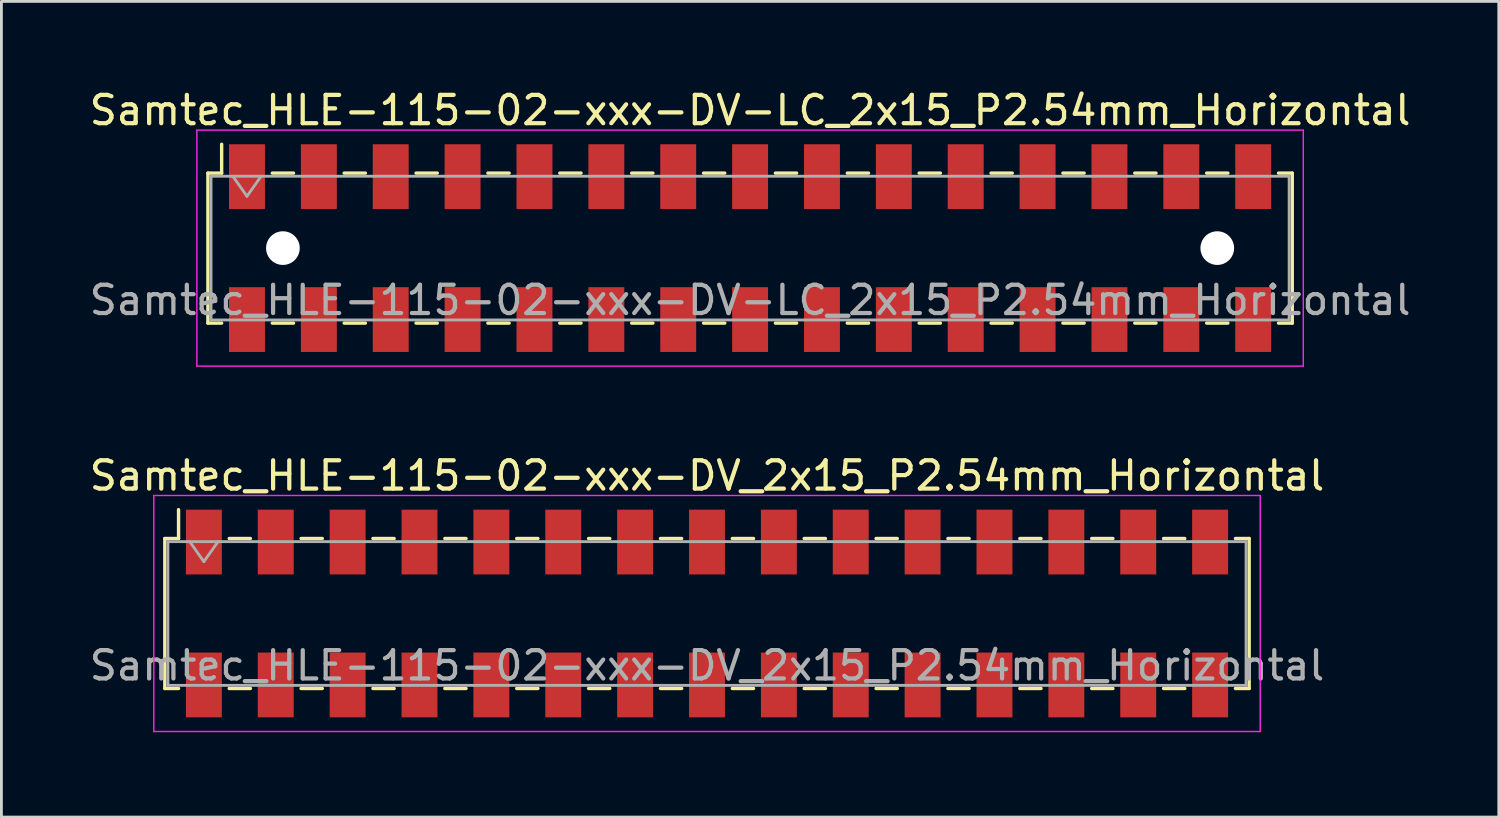
<source format=kicad_pcb>
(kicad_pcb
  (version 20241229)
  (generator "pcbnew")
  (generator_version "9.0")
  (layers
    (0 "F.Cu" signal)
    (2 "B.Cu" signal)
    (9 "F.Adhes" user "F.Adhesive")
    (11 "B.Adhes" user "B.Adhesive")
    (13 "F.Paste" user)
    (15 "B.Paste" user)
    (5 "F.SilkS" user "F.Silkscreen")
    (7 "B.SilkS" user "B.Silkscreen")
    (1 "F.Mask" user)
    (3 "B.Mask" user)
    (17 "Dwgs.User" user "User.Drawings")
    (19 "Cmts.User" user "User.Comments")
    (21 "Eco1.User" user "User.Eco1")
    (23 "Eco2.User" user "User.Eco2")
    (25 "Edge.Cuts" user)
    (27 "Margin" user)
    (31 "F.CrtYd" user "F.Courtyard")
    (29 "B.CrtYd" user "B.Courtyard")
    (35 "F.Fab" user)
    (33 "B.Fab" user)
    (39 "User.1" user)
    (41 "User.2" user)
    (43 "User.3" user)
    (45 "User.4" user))
  (footprint "Samtec_HLE-115-02-xxx-DV_2x15_P2.54mm_Horizontal"
    (layer "F.Cu")
    (at 21.935 18.631)
    (property "Reference" "Samtec_HLE-115-02-xxx-DV_2x15_P2.54mm_Horizontal" (at 0 -4.87 0) (layer "F.SilkS") (effects (font (size 1 1) (thickness 0.15))))
    (attr smd)
    (fp_line (start -19.16 -2.65) (end -19.16 2.65) (stroke (width 0.12) (type solid)) (layer "F.SilkS"))
    (fp_line (start -19.16 2.65) (end -18.675 2.65) (stroke (width 0.12) (type solid)) (layer "F.SilkS"))
    (fp_line (start -18.675 -3.67) (end -18.675 -2.65) (stroke (width 0.12) (type solid)) (layer "F.SilkS"))
    (fp_line (start -18.675 -2.65) (end -19.16 -2.65) (stroke (width 0.12) (type solid)) (layer "F.SilkS"))
    (fp_line (start -16.885 -2.65) (end -16.135 -2.65) (stroke (width 0.12) (type solid)) (layer "F.SilkS"))
    (fp_line (start -16.885 2.65) (end -16.135 2.65) (stroke (width 0.12) (type solid)) (layer "F.SilkS"))
    (fp_line (start -14.345 -2.65) (end -13.595 -2.65) (stroke (width 0.12) (type solid)) (layer "F.SilkS"))
    (fp_line (start -14.345 2.65) (end -13.595 2.65) (stroke (width 0.12) (type solid)) (layer "F.SilkS"))
    (fp_line (start -11.805 -2.65) (end -11.055 -2.65) (stroke (width 0.12) (type solid)) (layer "F.SilkS"))
    (fp_line (start -11.805 2.65) (end -11.055 2.65) (stroke (width 0.12) (type solid)) (layer "F.SilkS"))
    (fp_line (start -9.265 -2.65) (end -8.515 -2.65) (stroke (width 0.12) (type solid)) (layer "F.SilkS"))
    (fp_line (start -9.265 2.65) (end -8.515 2.65) (stroke (width 0.12) (type solid)) (layer "F.SilkS"))
    (fp_line (start -6.725 -2.65) (end -5.975 -2.65) (stroke (width 0.12) (type solid)) (layer "F.SilkS"))
    (fp_line (start -6.725 2.65) (end -5.975 2.65) (stroke (width 0.12) (type solid)) (layer "F.SilkS"))
    (fp_line (start -4.185 -2.65) (end -3.435 -2.65) (stroke (width 0.12) (type solid)) (layer "F.SilkS"))
    (fp_line (start -4.185 2.65) (end -3.435 2.65) (stroke (width 0.12) (type solid)) (layer "F.SilkS"))
    (fp_line (start -1.645 -2.65) (end -0.895 -2.65) (stroke (width 0.12) (type solid)) (layer "F.SilkS"))
    (fp_line (start -1.645 2.65) (end -0.895 2.65) (stroke (width 0.12) (type solid)) (layer "F.SilkS"))
    (fp_line (start 0.895 -2.65) (end 1.645 -2.65) (stroke (width 0.12) (type solid)) (layer "F.SilkS"))
    (fp_line (start 0.895 2.65) (end 1.645 2.65) (stroke (width 0.12) (type solid)) (layer "F.SilkS"))
    (fp_line (start 3.435 -2.65) (end 4.185 -2.65) (stroke (width 0.12) (type solid)) (layer "F.SilkS"))
    (fp_line (start 3.435 2.65) (end 4.185 2.65) (stroke (width 0.12) (type solid)) (layer "F.SilkS"))
    (fp_line (start 5.975 -2.65) (end 6.725 -2.65) (stroke (width 0.12) (type solid)) (layer "F.SilkS"))
    (fp_line (start 5.975 2.65) (end 6.725 2.65) (stroke (width 0.12) (type solid)) (layer "F.SilkS"))
    (fp_line (start 8.515 -2.65) (end 9.265 -2.65) (stroke (width 0.12) (type solid)) (layer "F.SilkS"))
    (fp_line (start 8.515 2.65) (end 9.265 2.65) (stroke (width 0.12) (type solid)) (layer "F.SilkS"))
    (fp_line (start 11.055 -2.65) (end 11.805 -2.65) (stroke (width 0.12) (type solid)) (layer "F.SilkS"))
    (fp_line (start 11.055 2.65) (end 11.805 2.65) (stroke (width 0.12) (type solid)) (layer "F.SilkS"))
    (fp_line (start 13.595 -2.65) (end 14.345 -2.65) (stroke (width 0.12) (type solid)) (layer "F.SilkS"))
    (fp_line (start 13.595 2.65) (end 14.345 2.65) (stroke (width 0.12) (type solid)) (layer "F.SilkS"))
    (fp_line (start 16.135 -2.65) (end 16.885 -2.65) (stroke (width 0.12) (type solid)) (layer "F.SilkS"))
    (fp_line (start 16.135 2.65) (end 16.885 2.65) (stroke (width 0.12) (type solid)) (layer "F.SilkS"))
    (fp_line (start 18.675 -2.65) (end 19.16 -2.65) (stroke (width 0.12) (type solid)) (layer "F.SilkS"))
    (fp_line (start 19.16 -2.65) (end 19.16 2.65) (stroke (width 0.12) (type solid)) (layer "F.SilkS"))
    (fp_line (start 19.16 2.65) (end 18.675 2.65) (stroke (width 0.12) (type solid)) (layer "F.SilkS"))
    (fp_line (start -19.55 -4.17) (end 19.55 -4.17) (stroke (width 0.05) (type solid)) (layer "F.CrtYd"))
    (fp_line (start -19.55 4.17) (end -19.55 -4.17) (stroke (width 0.05) (type solid)) (layer "F.CrtYd"))
    (fp_line (start 19.55 -4.17) (end 19.55 4.17) (stroke (width 0.05) (type solid)) (layer "F.CrtYd"))
    (fp_line (start 19.55 4.17) (end -19.55 4.17) (stroke (width 0.05) (type solid)) (layer "F.CrtYd"))
    (fp_line (start -19.05 -2.54) (end 19.05 -2.54) (stroke (width 0.1) (type solid)) (layer "F.Fab"))
    (fp_line (start -19.05 2.54) (end -19.05 -2.54) (stroke (width 0.1) (type solid)) (layer "F.Fab"))
    (fp_line (start -18.28 -2.54) (end -17.78 -1.833) (stroke (width 0.1) (type solid)) (layer "F.Fab"))
    (fp_line (start -17.78 -1.833) (end -17.28 -2.54) (stroke (width 0.1) (type solid)) (layer "F.Fab"))
    (fp_line (start 19.05 -2.54) (end 19.05 2.54) (stroke (width 0.1) (type solid)) (layer "F.Fab"))
    (fp_line (start 19.05 2.54) (end -19.05 2.54) (stroke (width 0.1) (type solid)) (layer "F.Fab"))
    (fp_text user "${REFERENCE}" (at 0 1.84 0) (layer "F.Fab") (effects (font (size 1 1) (thickness 0.15))))
    (pad "1" smd rect (at -17.78 -2.525) (size 1.27 2.29) (layers "F.Cu" "F.Mask" "F.Paste"))
    (pad "2" smd rect (at -17.78 2.525) (size 1.27 2.29) (layers "F.Cu" "F.Mask" "F.Paste"))
    (pad "3" smd rect (at -15.24 -2.525) (size 1.27 2.29) (layers "F.Cu" "F.Mask" "F.Paste"))
    (pad "4" smd rect (at -15.24 2.525) (size 1.27 2.29) (layers "F.Cu" "F.Mask" "F.Paste"))
    (pad "5" smd rect (at -12.7 -2.525) (size 1.27 2.29) (layers "F.Cu" "F.Mask" "F.Paste"))
    (pad "6" smd rect (at -12.7 2.525) (size 1.27 2.29) (layers "F.Cu" "F.Mask" "F.Paste"))
    (pad "7" smd rect (at -10.16 -2.525) (size 1.27 2.29) (layers "F.Cu" "F.Mask" "F.Paste"))
    (pad "8" smd rect (at -10.16 2.525) (size 1.27 2.29) (layers "F.Cu" "F.Mask" "F.Paste"))
    (pad "9" smd rect (at -7.62 -2.525) (size 1.27 2.29) (layers "F.Cu" "F.Mask" "F.Paste"))
    (pad "10" smd rect (at -7.62 2.525) (size 1.27 2.29) (layers "F.Cu" "F.Mask" "F.Paste"))
    (pad "11" smd rect (at -5.08 -2.525) (size 1.27 2.29) (layers "F.Cu" "F.Mask" "F.Paste"))
    (pad "12" smd rect (at -5.08 2.525) (size 1.27 2.29) (layers "F.Cu" "F.Mask" "F.Paste"))
    (pad "13" smd rect (at -2.54 -2.525) (size 1.27 2.29) (layers "F.Cu" "F.Mask" "F.Paste"))
    (pad "14" smd rect (at -2.54 2.525) (size 1.27 2.29) (layers "F.Cu" "F.Mask" "F.Paste"))
    (pad "15" smd rect (at 0 -2.525) (size 1.27 2.29) (layers "F.Cu" "F.Mask" "F.Paste"))
    (pad "16" smd rect (at 0 2.525) (size 1.27 2.29) (layers "F.Cu" "F.Mask" "F.Paste"))
    (pad "17" smd rect (at 2.54 -2.525) (size 1.27 2.29) (layers "F.Cu" "F.Mask" "F.Paste"))
    (pad "18" smd rect (at 2.54 2.525) (size 1.27 2.29) (layers "F.Cu" "F.Mask" "F.Paste"))
    (pad "19" smd rect (at 5.08 -2.525) (size 1.27 2.29) (layers "F.Cu" "F.Mask" "F.Paste"))
    (pad "20" smd rect (at 5.08 2.525) (size 1.27 2.29) (layers "F.Cu" "F.Mask" "F.Paste"))
    (pad "21" smd rect (at 7.62 -2.525) (size 1.27 2.29) (layers "F.Cu" "F.Mask" "F.Paste"))
    (pad "22" smd rect (at 7.62 2.525) (size 1.27 2.29) (layers "F.Cu" "F.Mask" "F.Paste"))
    (pad "23" smd rect (at 10.16 -2.525) (size 1.27 2.29) (layers "F.Cu" "F.Mask" "F.Paste"))
    (pad "24" smd rect (at 10.16 2.525) (size 1.27 2.29) (layers "F.Cu" "F.Mask" "F.Paste"))
    (pad "25" smd rect (at 12.7 -2.525) (size 1.27 2.29) (layers "F.Cu" "F.Mask" "F.Paste"))
    (pad "26" smd rect (at 12.7 2.525) (size 1.27 2.29) (layers "F.Cu" "F.Mask" "F.Paste"))
    (pad "27" smd rect (at 15.24 -2.525) (size 1.27 2.29) (layers "F.Cu" "F.Mask" "F.Paste"))
    (pad "28" smd rect (at 15.24 2.525) (size 1.27 2.29) (layers "F.Cu" "F.Mask" "F.Paste"))
    (pad "29" smd rect (at 17.78 -2.525) (size 1.27 2.29) (layers "F.Cu" "F.Mask" "F.Paste"))
    (pad "30" smd rect (at 17.78 2.525) (size 1.27 2.29) (layers "F.Cu" "F.Mask" "F.Paste")))
  (footprint "Samtec_HLE-115-02-xxx-DV-LC_2x15_P2.54mm_Horizontal"
    (layer "F.Cu")
    (at 23.458 5.718)
    (property "Reference" "Samtec_HLE-115-02-xxx-DV-LC_2x15_P2.54mm_Horizontal" (at 0 -4.87 0) (layer "F.SilkS") (effects (font (size 1 1) (thickness 0.15))))
    (attr smd)
    (fp_line (start -19.16 -2.65) (end -19.16 2.65) (stroke (width 0.12) (type solid)) (layer "F.SilkS"))
    (fp_line (start -19.16 2.65) (end -18.675 2.65) (stroke (width 0.12) (type solid)) (layer "F.SilkS"))
    (fp_line (start -18.675 -3.67) (end -18.675 -2.65) (stroke (width 0.12) (type solid)) (layer "F.SilkS"))
    (fp_line (start -18.675 -2.65) (end -19.16 -2.65) (stroke (width 0.12) (type solid)) (layer "F.SilkS"))
    (fp_line (start -16.885 -2.65) (end -16.135 -2.65) (stroke (width 0.12) (type solid)) (layer "F.SilkS"))
    (fp_line (start -16.885 2.65) (end -16.135 2.65) (stroke (width 0.12) (type solid)) (layer "F.SilkS"))
    (fp_line (start -14.345 -2.65) (end -13.595 -2.65) (stroke (width 0.12) (type solid)) (layer "F.SilkS"))
    (fp_line (start -14.345 2.65) (end -13.595 2.65) (stroke (width 0.12) (type solid)) (layer "F.SilkS"))
    (fp_line (start -11.805 -2.65) (end -11.055 -2.65) (stroke (width 0.12) (type solid)) (layer "F.SilkS"))
    (fp_line (start -11.805 2.65) (end -11.055 2.65) (stroke (width 0.12) (type solid)) (layer "F.SilkS"))
    (fp_line (start -9.265 -2.65) (end -8.515 -2.65) (stroke (width 0.12) (type solid)) (layer "F.SilkS"))
    (fp_line (start -9.265 2.65) (end -8.515 2.65) (stroke (width 0.12) (type solid)) (layer "F.SilkS"))
    (fp_line (start -6.725 -2.65) (end -5.975 -2.65) (stroke (width 0.12) (type solid)) (layer "F.SilkS"))
    (fp_line (start -6.725 2.65) (end -5.975 2.65) (stroke (width 0.12) (type solid)) (layer "F.SilkS"))
    (fp_line (start -4.185 -2.65) (end -3.435 -2.65) (stroke (width 0.12) (type solid)) (layer "F.SilkS"))
    (fp_line (start -4.185 2.65) (end -3.435 2.65) (stroke (width 0.12) (type solid)) (layer "F.SilkS"))
    (fp_line (start -1.645 -2.65) (end -0.895 -2.65) (stroke (width 0.12) (type solid)) (layer "F.SilkS"))
    (fp_line (start -1.645 2.65) (end -0.895 2.65) (stroke (width 0.12) (type solid)) (layer "F.SilkS"))
    (fp_line (start 0.895 -2.65) (end 1.645 -2.65) (stroke (width 0.12) (type solid)) (layer "F.SilkS"))
    (fp_line (start 0.895 2.65) (end 1.645 2.65) (stroke (width 0.12) (type solid)) (layer "F.SilkS"))
    (fp_line (start 3.435 -2.65) (end 4.185 -2.65) (stroke (width 0.12) (type solid)) (layer "F.SilkS"))
    (fp_line (start 3.435 2.65) (end 4.185 2.65) (stroke (width 0.12) (type solid)) (layer "F.SilkS"))
    (fp_line (start 5.975 -2.65) (end 6.725 -2.65) (stroke (width 0.12) (type solid)) (layer "F.SilkS"))
    (fp_line (start 5.975 2.65) (end 6.725 2.65) (stroke (width 0.12) (type solid)) (layer "F.SilkS"))
    (fp_line (start 8.515 -2.65) (end 9.265 -2.65) (stroke (width 0.12) (type solid)) (layer "F.SilkS"))
    (fp_line (start 8.515 2.65) (end 9.265 2.65) (stroke (width 0.12) (type solid)) (layer "F.SilkS"))
    (fp_line (start 11.055 -2.65) (end 11.805 -2.65) (stroke (width 0.12) (type solid)) (layer "F.SilkS"))
    (fp_line (start 11.055 2.65) (end 11.805 2.65) (stroke (width 0.12) (type solid)) (layer "F.SilkS"))
    (fp_line (start 13.595 -2.65) (end 14.345 -2.65) (stroke (width 0.12) (type solid)) (layer "F.SilkS"))
    (fp_line (start 13.595 2.65) (end 14.345 2.65) (stroke (width 0.12) (type solid)) (layer "F.SilkS"))
    (fp_line (start 16.135 -2.65) (end 16.885 -2.65) (stroke (width 0.12) (type solid)) (layer "F.SilkS"))
    (fp_line (start 16.135 2.65) (end 16.885 2.65) (stroke (width 0.12) (type solid)) (layer "F.SilkS"))
    (fp_line (start 18.675 -2.65) (end 19.16 -2.65) (stroke (width 0.12) (type solid)) (layer "F.SilkS"))
    (fp_line (start 19.16 -2.65) (end 19.16 2.65) (stroke (width 0.12) (type solid)) (layer "F.SilkS"))
    (fp_line (start 19.16 2.65) (end 18.675 2.65) (stroke (width 0.12) (type solid)) (layer "F.SilkS"))
    (fp_line (start -19.55 -4.17) (end 19.55 -4.17) (stroke (width 0.05) (type solid)) (layer "F.CrtYd"))
    (fp_line (start -19.55 4.17) (end -19.55 -4.17) (stroke (width 0.05) (type solid)) (layer "F.CrtYd"))
    (fp_line (start 19.55 -4.17) (end 19.55 4.17) (stroke (width 0.05) (type solid)) (layer "F.CrtYd"))
    (fp_line (start 19.55 4.17) (end -19.55 4.17) (stroke (width 0.05) (type solid)) (layer "F.CrtYd"))
    (fp_line (start -19.05 -2.54) (end 19.05 -2.54) (stroke (width 0.1) (type solid)) (layer "F.Fab"))
    (fp_line (start -19.05 2.54) (end -19.05 -2.54) (stroke (width 0.1) (type solid)) (layer "F.Fab"))
    (fp_line (start -18.28 -2.54) (end -17.78 -1.833) (stroke (width 0.1) (type solid)) (layer "F.Fab"))
    (fp_line (start -17.78 -1.833) (end -17.28 -2.54) (stroke (width 0.1) (type solid)) (layer "F.Fab"))
    (fp_line (start 19.05 -2.54) (end 19.05 2.54) (stroke (width 0.1) (type solid)) (layer "F.Fab"))
    (fp_line (start 19.05 2.54) (end -19.05 2.54) (stroke (width 0.1) (type solid)) (layer "F.Fab"))
    (fp_text user "${REFERENCE}" (at 0 1.84 0) (layer "F.Fab") (effects (font (size 1 1) (thickness 0.15))))
    (pad "" np_thru_hole circle (at -16.51 0) (size 1.19 1.19) (drill 1.19) (layers "*.Cu" "*.Mask"))
    (pad "" np_thru_hole circle (at 16.51 0) (size 1.19 1.19) (drill 1.19) (layers "*.Cu" "*.Mask"))
    (pad "1" smd rect (at -17.78 -2.525) (size 1.27 2.29) (layers "F.Cu" "F.Mask" "F.Paste"))
    (pad "2" smd rect (at -17.78 2.525) (size 1.27 2.29) (layers "F.Cu" "F.Mask" "F.Paste"))
    (pad "3" smd rect (at -15.24 -2.525) (size 1.27 2.29) (layers "F.Cu" "F.Mask" "F.Paste"))
    (pad "4" smd rect (at -15.24 2.525) (size 1.27 2.29) (layers "F.Cu" "F.Mask" "F.Paste"))
    (pad "5" smd rect (at -12.7 -2.525) (size 1.27 2.29) (layers "F.Cu" "F.Mask" "F.Paste"))
    (pad "6" smd rect (at -12.7 2.525) (size 1.27 2.29) (layers "F.Cu" "F.Mask" "F.Paste"))
    (pad "7" smd rect (at -10.16 -2.525) (size 1.27 2.29) (layers "F.Cu" "F.Mask" "F.Paste"))
    (pad "8" smd rect (at -10.16 2.525) (size 1.27 2.29) (layers "F.Cu" "F.Mask" "F.Paste"))
    (pad "9" smd rect (at -7.62 -2.525) (size 1.27 2.29) (layers "F.Cu" "F.Mask" "F.Paste"))
    (pad "10" smd rect (at -7.62 2.525) (size 1.27 2.29) (layers "F.Cu" "F.Mask" "F.Paste"))
    (pad "11" smd rect (at -5.08 -2.525) (size 1.27 2.29) (layers "F.Cu" "F.Mask" "F.Paste"))
    (pad "12" smd rect (at -5.08 2.525) (size 1.27 2.29) (layers "F.Cu" "F.Mask" "F.Paste"))
    (pad "13" smd rect (at -2.54 -2.525) (size 1.27 2.29) (layers "F.Cu" "F.Mask" "F.Paste"))
    (pad "14" smd rect (at -2.54 2.525) (size 1.27 2.29) (layers "F.Cu" "F.Mask" "F.Paste"))
    (pad "15" smd rect (at 0 -2.525) (size 1.27 2.29) (layers "F.Cu" "F.Mask" "F.Paste"))
    (pad "16" smd rect (at 0 2.525) (size 1.27 2.29) (layers "F.Cu" "F.Mask" "F.Paste"))
    (pad "17" smd rect (at 2.54 -2.525) (size 1.27 2.29) (layers "F.Cu" "F.Mask" "F.Paste"))
    (pad "18" smd rect (at 2.54 2.525) (size 1.27 2.29) (layers "F.Cu" "F.Mask" "F.Paste"))
    (pad "19" smd rect (at 5.08 -2.525) (size 1.27 2.29) (layers "F.Cu" "F.Mask" "F.Paste"))
    (pad "20" smd rect (at 5.08 2.525) (size 1.27 2.29) (layers "F.Cu" "F.Mask" "F.Paste"))
    (pad "21" smd rect (at 7.62 -2.525) (size 1.27 2.29) (layers "F.Cu" "F.Mask" "F.Paste"))
    (pad "22" smd rect (at 7.62 2.525) (size 1.27 2.29) (layers "F.Cu" "F.Mask" "F.Paste"))
    (pad "23" smd rect (at 10.16 -2.525) (size 1.27 2.29) (layers "F.Cu" "F.Mask" "F.Paste"))
    (pad "24" smd rect (at 10.16 2.525) (size 1.27 2.29) (layers "F.Cu" "F.Mask" "F.Paste"))
    (pad "25" smd rect (at 12.7 -2.525) (size 1.27 2.29) (layers "F.Cu" "F.Mask" "F.Paste"))
    (pad "26" smd rect (at 12.7 2.525) (size 1.27 2.29) (layers "F.Cu" "F.Mask" "F.Paste"))
    (pad "27" smd rect (at 15.24 -2.525) (size 1.27 2.29) (layers "F.Cu" "F.Mask" "F.Paste"))
    (pad "28" smd rect (at 15.24 2.525) (size 1.27 2.29) (layers "F.Cu" "F.Mask" "F.Paste"))
    (pad "29" smd rect (at 17.78 -2.525) (size 1.27 2.29) (layers "F.Cu" "F.Mask" "F.Paste"))
    (pad "30" smd rect (at 17.78 2.525) (size 1.27 2.29) (layers "F.Cu" "F.Mask" "F.Paste")))
  (gr_rect
    (start -3 -3)
    (end 49.917 25.826)
    (stroke (width 0.1) (type default))
    (fill no)
    (layer "Edge.Cuts")))
</source>
